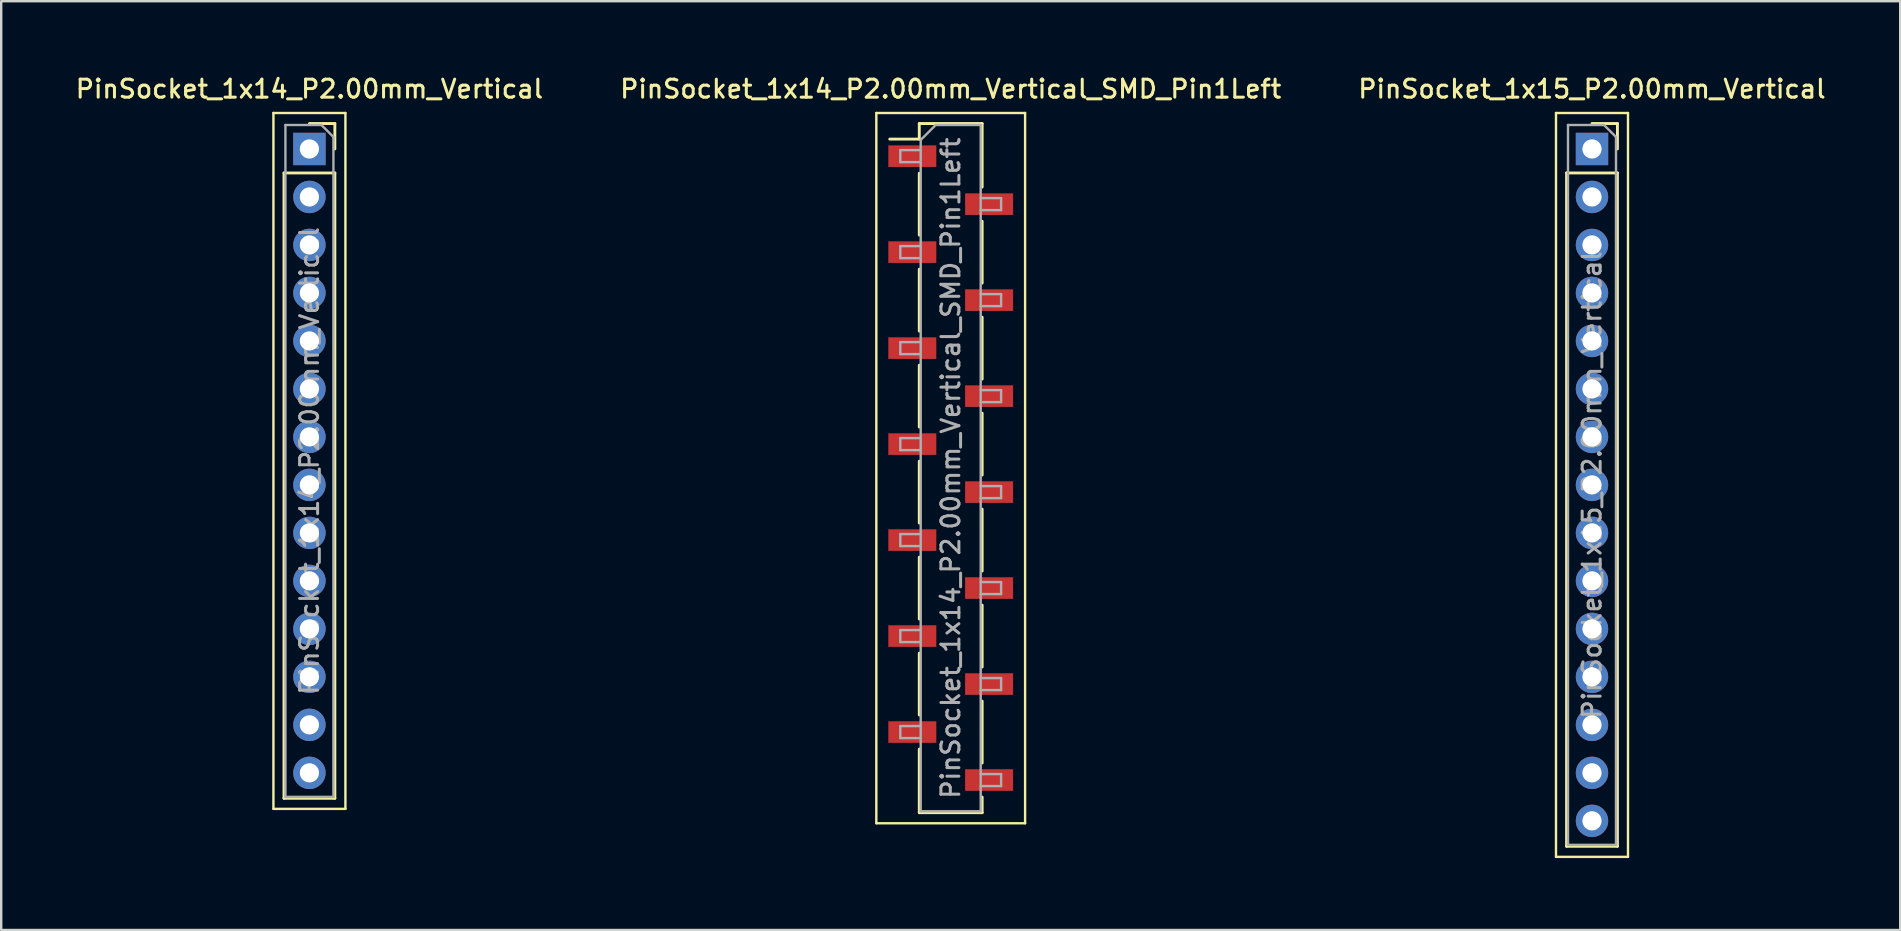
<source format=kicad_pcb>
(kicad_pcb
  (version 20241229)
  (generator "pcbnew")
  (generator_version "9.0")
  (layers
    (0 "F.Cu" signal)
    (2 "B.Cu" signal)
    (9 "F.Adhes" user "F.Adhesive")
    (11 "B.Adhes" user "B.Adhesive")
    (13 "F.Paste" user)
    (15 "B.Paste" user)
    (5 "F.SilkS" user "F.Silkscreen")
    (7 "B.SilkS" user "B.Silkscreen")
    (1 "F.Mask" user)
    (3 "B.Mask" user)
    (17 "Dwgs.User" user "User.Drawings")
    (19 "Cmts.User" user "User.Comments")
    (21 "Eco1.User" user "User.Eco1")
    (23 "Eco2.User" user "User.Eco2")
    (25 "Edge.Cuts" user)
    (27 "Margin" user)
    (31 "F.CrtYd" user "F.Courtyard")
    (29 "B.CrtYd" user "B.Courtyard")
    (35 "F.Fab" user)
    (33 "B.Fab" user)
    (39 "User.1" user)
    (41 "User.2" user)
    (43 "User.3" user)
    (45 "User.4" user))
  (footprint "PinSocket_1x14_P2.00mm_Vertical"
    (layer "F.Cu")
    (at 9.845 3.158)
    (property "Reference" "PinSocket_1x14_P2.00mm_Vertical" (at 0 -2.5 0) (layer "F.SilkS") (effects (font (size 0.75 0.75) (thickness 0.125))))
    (attr through_hole)
    (fp_line (start -1.5 -1.5) (end 1.5 -1.5) (stroke (width 0.1) (type solid)) (layer "F.SilkS"))
    (fp_line (start -1.5 27.5) (end -1.5 -1.5) (stroke (width 0.1) (type solid)) (layer "F.SilkS"))
    (fp_line (start -1.06 1) (end -1.06 27.06) (stroke (width 0.12) (type solid)) (layer "F.SilkS"))
    (fp_line (start -1.06 1) (end 1.06 1) (stroke (width 0.12) (type solid)) (layer "F.SilkS"))
    (fp_line (start -1.06 27.06) (end 1.06 27.06) (stroke (width 0.12) (type solid)) (layer "F.SilkS"))
    (fp_line (start 0 -1.06) (end 1.06 -1.06) (stroke (width 0.12) (type solid)) (layer "F.SilkS"))
    (fp_line (start 1.06 -1.06) (end 1.06 0) (stroke (width 0.12) (type solid)) (layer "F.SilkS"))
    (fp_line (start 1.06 1) (end 1.06 27.06) (stroke (width 0.12) (type solid)) (layer "F.SilkS"))
    (fp_line (start 1.5 -1.5) (end 1.5 27.5) (stroke (width 0.1) (type solid)) (layer "F.SilkS"))
    (fp_line (start 1.5 27.5) (end -1.5 27.5) (stroke (width 0.1) (type solid)) (layer "F.SilkS"))
    (fp_line (start -1 -1) (end 0.5 -1) (stroke (width 0.1) (type solid)) (layer "F.Fab"))
    (fp_line (start -1 27) (end -1 -1) (stroke (width 0.1) (type solid)) (layer "F.Fab"))
    (fp_line (start 0.5 -1) (end 1 -0.5) (stroke (width 0.1) (type solid)) (layer "F.Fab"))
    (fp_line (start 1 -0.5) (end 1 27) (stroke (width 0.1) (type solid)) (layer "F.Fab"))
    (fp_line (start 1 27) (end -1 27) (stroke (width 0.1) (type solid)) (layer "F.Fab"))
    (fp_text user "${REFERENCE}" (at 0 13 90) (layer "F.Fab") (effects (font (size 0.75 0.75) (thickness 0.125))))
    (pad "1" thru_hole rect (at 0 0) (size 1.35 1.35) (drill 0.8) (layers "*.Cu" "*.Mask"))
    (pad "2" thru_hole oval (at 0 2) (size 1.35 1.35) (drill 0.8) (layers "*.Cu" "*.Mask"))
    (pad "3" thru_hole oval (at 0 4) (size 1.35 1.35) (drill 0.8) (layers "*.Cu" "*.Mask"))
    (pad "4" thru_hole oval (at 0 6) (size 1.35 1.35) (drill 0.8) (layers "*.Cu" "*.Mask"))
    (pad "5" thru_hole oval (at 0 8) (size 1.35 1.35) (drill 0.8) (layers "*.Cu" "*.Mask"))
    (pad "6" thru_hole oval (at 0 10) (size 1.35 1.35) (drill 0.8) (layers "*.Cu" "*.Mask"))
    (pad "7" thru_hole oval (at 0 12) (size 1.35 1.35) (drill 0.8) (layers "*.Cu" "*.Mask"))
    (pad "8" thru_hole oval (at 0 14) (size 1.35 1.35) (drill 0.8) (layers "*.Cu" "*.Mask"))
    (pad "9" thru_hole oval (at 0 16) (size 1.35 1.35) (drill 0.8) (layers "*.Cu" "*.Mask"))
    (pad "10" thru_hole oval (at 0 18) (size 1.35 1.35) (drill 0.8) (layers "*.Cu" "*.Mask"))
    (pad "11" thru_hole oval (at 0 20) (size 1.35 1.35) (drill 0.8) (layers "*.Cu" "*.Mask"))
    (pad "12" thru_hole oval (at 0 22) (size 1.35 1.35) (drill 0.8) (layers "*.Cu" "*.Mask"))
    (pad "13" thru_hole oval (at 0 24) (size 1.35 1.35) (drill 0.8) (layers "*.Cu" "*.Mask"))
    (pad "14" thru_hole oval (at 0 26) (size 1.35 1.35) (drill 0.8) (layers "*.Cu" "*.Mask")))
  (footprint "PinSocket_1x15_P2.00mm_Vertical"
    (layer "F.Cu")
    (at 63.295 3.158)
    (property "Reference" "PinSocket_1x15_P2.00mm_Vertical" (at 0 -2.5 0) (layer "F.SilkS") (effects (font (size 0.75 0.75) (thickness 0.125))))
    (attr through_hole)
    (fp_line (start -1.5 -1.5) (end 1.5 -1.5) (stroke (width 0.1) (type solid)) (layer "F.SilkS"))
    (fp_line (start -1.5 29.5) (end -1.5 -1.5) (stroke (width 0.1) (type solid)) (layer "F.SilkS"))
    (fp_line (start -1.06 1) (end -1.06 29.06) (stroke (width 0.12) (type solid)) (layer "F.SilkS"))
    (fp_line (start -1.06 1) (end 1.06 1) (stroke (width 0.12) (type solid)) (layer "F.SilkS"))
    (fp_line (start -1.06 29.06) (end 1.06 29.06) (stroke (width 0.12) (type solid)) (layer "F.SilkS"))
    (fp_line (start 0 -1.06) (end 1.06 -1.06) (stroke (width 0.12) (type solid)) (layer "F.SilkS"))
    (fp_line (start 1.06 -1.06) (end 1.06 0) (stroke (width 0.12) (type solid)) (layer "F.SilkS"))
    (fp_line (start 1.06 1) (end 1.06 29.06) (stroke (width 0.12) (type solid)) (layer "F.SilkS"))
    (fp_line (start 1.5 -1.5) (end 1.5 29.5) (stroke (width 0.1) (type solid)) (layer "F.SilkS"))
    (fp_line (start 1.5 29.5) (end -1.5 29.5) (stroke (width 0.1) (type solid)) (layer "F.SilkS"))
    (fp_line (start -1 -1) (end 0.5 -1) (stroke (width 0.1) (type solid)) (layer "F.Fab"))
    (fp_line (start -1 29) (end -1 -1) (stroke (width 0.1) (type solid)) (layer "F.Fab"))
    (fp_line (start 0.5 -1) (end 1 -0.5) (stroke (width 0.1) (type solid)) (layer "F.Fab"))
    (fp_line (start 1 -0.5) (end 1 29) (stroke (width 0.1) (type solid)) (layer "F.Fab"))
    (fp_line (start 1 29) (end -1 29) (stroke (width 0.1) (type solid)) (layer "F.Fab"))
    (fp_text user "${REFERENCE}" (at 0 14 90) (layer "F.Fab") (effects (font (size 0.75 0.75) (thickness 0.125))))
    (pad "1" thru_hole rect (at 0 0) (size 1.35 1.35) (drill 0.8) (layers "*.Cu" "*.Mask"))
    (pad "2" thru_hole oval (at 0 2) (size 1.35 1.35) (drill 0.8) (layers "*.Cu" "*.Mask"))
    (pad "3" thru_hole oval (at 0 4) (size 1.35 1.35) (drill 0.8) (layers "*.Cu" "*.Mask"))
    (pad "4" thru_hole oval (at 0 6) (size 1.35 1.35) (drill 0.8) (layers "*.Cu" "*.Mask"))
    (pad "5" thru_hole oval (at 0 8) (size 1.35 1.35) (drill 0.8) (layers "*.Cu" "*.Mask"))
    (pad "6" thru_hole oval (at 0 10) (size 1.35 1.35) (drill 0.8) (layers "*.Cu" "*.Mask"))
    (pad "7" thru_hole oval (at 0 12) (size 1.35 1.35) (drill 0.8) (layers "*.Cu" "*.Mask"))
    (pad "8" thru_hole oval (at 0 14) (size 1.35 1.35) (drill 0.8) (layers "*.Cu" "*.Mask"))
    (pad "9" thru_hole oval (at 0 16) (size 1.35 1.35) (drill 0.8) (layers "*.Cu" "*.Mask"))
    (pad "10" thru_hole oval (at 0 18) (size 1.35 1.35) (drill 0.8) (layers "*.Cu" "*.Mask"))
    (pad "11" thru_hole oval (at 0 20) (size 1.35 1.35) (drill 0.8) (layers "*.Cu" "*.Mask"))
    (pad "12" thru_hole oval (at 0 22) (size 1.35 1.35) (drill 0.8) (layers "*.Cu" "*.Mask"))
    (pad "13" thru_hole oval (at 0 24) (size 1.35 1.35) (drill 0.8) (layers "*.Cu" "*.Mask"))
    (pad "14" thru_hole oval (at 0 26) (size 1.35 1.35) (drill 0.8) (layers "*.Cu" "*.Mask"))
    (pad "15" thru_hole oval (at 0 28) (size 1.35 1.35) (drill 0.8) (layers "*.Cu" "*.Mask")))
  (footprint "PinSocket_1x14_P2.00mm_Vertical_SMD_Pin1Left"
    (layer "F.Cu")
    (at 36.57 16.458)
    (property "Reference" "PinSocket_1x14_P2.00mm_Vertical_SMD_Pin1Left" (at 0 -15.8 0) (layer "F.SilkS") (effects (font (size 0.75 0.75) (thickness 0.125))))
    (attr smd)
    (fp_line (start -3.1 -14.8) (end 3.1 -14.8) (stroke (width 0.1) (type solid)) (layer "F.SilkS"))
    (fp_line (start -3.1 14.8) (end -3.1 -14.8) (stroke (width 0.1) (type solid)) (layer "F.SilkS"))
    (fp_line (start -2.54 -13.71) (end -1.31 -13.71) (stroke (width 0.12) (type solid)) (layer "F.SilkS"))
    (fp_line (start -1.31 -14.36) (end -1.31 -13.71) (stroke (width 0.12) (type solid)) (layer "F.SilkS"))
    (fp_line (start -1.31 -14.36) (end 1.31 -14.36) (stroke (width 0.12) (type solid)) (layer "F.SilkS"))
    (fp_line (start -1.31 -12.29) (end -1.31 -9.71) (stroke (width 0.12) (type solid)) (layer "F.SilkS"))
    (fp_line (start -1.31 -8.29) (end -1.31 -5.71) (stroke (width 0.12) (type solid)) (layer "F.SilkS"))
    (fp_line (start -1.31 -4.29) (end -1.31 -1.71) (stroke (width 0.12) (type solid)) (layer "F.SilkS"))
    (fp_line (start -1.31 -0.29) (end -1.31 2.29) (stroke (width 0.12) (type solid)) (layer "F.SilkS"))
    (fp_line (start -1.31 3.71) (end -1.31 6.29) (stroke (width 0.12) (type solid)) (layer "F.SilkS"))
    (fp_line (start -1.31 7.71) (end -1.31 10.29) (stroke (width 0.12) (type solid)) (layer "F.SilkS"))
    (fp_line (start -1.31 11.71) (end -1.31 14.36) (stroke (width 0.12) (type solid)) (layer "F.SilkS"))
    (fp_line (start -1.31 14.36) (end 1.31 14.36) (stroke (width 0.12) (type solid)) (layer "F.SilkS"))
    (fp_line (start 1.31 -14.36) (end 1.31 -11.71) (stroke (width 0.12) (type solid)) (layer "F.SilkS"))
    (fp_line (start 1.31 -10.29) (end 1.31 -7.71) (stroke (width 0.12) (type solid)) (layer "F.SilkS"))
    (fp_line (start 1.31 -6.29) (end 1.31 -3.71) (stroke (width 0.12) (type solid)) (layer "F.SilkS"))
    (fp_line (start 1.31 -2.29) (end 1.31 0.29) (stroke (width 0.12) (type solid)) (layer "F.SilkS"))
    (fp_line (start 1.31 1.71) (end 1.31 4.29) (stroke (width 0.12) (type solid)) (layer "F.SilkS"))
    (fp_line (start 1.31 5.71) (end 1.31 8.29) (stroke (width 0.12) (type solid)) (layer "F.SilkS"))
    (fp_line (start 1.31 9.71) (end 1.31 12.29) (stroke (width 0.12) (type solid)) (layer "F.SilkS"))
    (fp_line (start 1.31 13.71) (end 1.31 14.36) (stroke (width 0.12) (type solid)) (layer "F.SilkS"))
    (fp_line (start 3.1 -14.8) (end 3.1 14.8) (stroke (width 0.1) (type solid)) (layer "F.SilkS"))
    (fp_line (start 3.1 14.8) (end -3.1 14.8) (stroke (width 0.1) (type solid)) (layer "F.SilkS"))
    (fp_line (start -2.1 -13.25) (end -1.25 -13.25) (stroke (width 0.1) (type solid)) (layer "F.Fab"))
    (fp_line (start -2.1 -12.75) (end -2.1 -13.25) (stroke (width 0.1) (type solid)) (layer "F.Fab"))
    (fp_line (start -2.1 -9.25) (end -1.25 -9.25) (stroke (width 0.1) (type solid)) (layer "F.Fab"))
    (fp_line (start -2.1 -8.75) (end -2.1 -9.25) (stroke (width 0.1) (type solid)) (layer "F.Fab"))
    (fp_line (start -2.1 -5.25) (end -1.25 -5.25) (stroke (width 0.1) (type solid)) (layer "F.Fab"))
    (fp_line (start -2.1 -4.75) (end -2.1 -5.25) (stroke (width 0.1) (type solid)) (layer "F.Fab"))
    (fp_line (start -2.1 -1.25) (end -1.25 -1.25) (stroke (width 0.1) (type solid)) (layer "F.Fab"))
    (fp_line (start -2.1 -0.75) (end -2.1 -1.25) (stroke (width 0.1) (type solid)) (layer "F.Fab"))
    (fp_line (start -2.1 2.75) (end -1.25 2.75) (stroke (width 0.1) (type solid)) (layer "F.Fab"))
    (fp_line (start -2.1 3.25) (end -2.1 2.75) (stroke (width 0.1) (type solid)) (layer "F.Fab"))
    (fp_line (start -2.1 6.75) (end -1.25 6.75) (stroke (width 0.1) (type solid)) (layer "F.Fab"))
    (fp_line (start -2.1 7.25) (end -2.1 6.75) (stroke (width 0.1) (type solid)) (layer "F.Fab"))
    (fp_line (start -2.1 10.75) (end -1.25 10.75) (stroke (width 0.1) (type solid)) (layer "F.Fab"))
    (fp_line (start -2.1 11.25) (end -2.1 10.75) (stroke (width 0.1) (type solid)) (layer "F.Fab"))
    (fp_line (start -1.25 -13.675) (end -0.625 -14.3) (stroke (width 0.1) (type solid)) (layer "F.Fab"))
    (fp_line (start -1.25 -12.75) (end -2.1 -12.75) (stroke (width 0.1) (type solid)) (layer "F.Fab"))
    (fp_line (start -1.25 -8.75) (end -2.1 -8.75) (stroke (width 0.1) (type solid)) (layer "F.Fab"))
    (fp_line (start -1.25 -4.75) (end -2.1 -4.75) (stroke (width 0.1) (type solid)) (layer "F.Fab"))
    (fp_line (start -1.25 -0.75) (end -2.1 -0.75) (stroke (width 0.1) (type solid)) (layer "F.Fab"))
    (fp_line (start -1.25 3.25) (end -2.1 3.25) (stroke (width 0.1) (type solid)) (layer "F.Fab"))
    (fp_line (start -1.25 7.25) (end -2.1 7.25) (stroke (width 0.1) (type solid)) (layer "F.Fab"))
    (fp_line (start -1.25 11.25) (end -2.1 11.25) (stroke (width 0.1) (type solid)) (layer "F.Fab"))
    (fp_line (start -1.25 14.3) (end -1.25 -13.675) (stroke (width 0.1) (type solid)) (layer "F.Fab"))
    (fp_line (start -0.625 -14.3) (end 1.25 -14.3) (stroke (width 0.1) (type solid)) (layer "F.Fab"))
    (fp_line (start 1.25 -14.3) (end 1.25 14.3) (stroke (width 0.1) (type solid)) (layer "F.Fab"))
    (fp_line (start 1.25 -11.25) (end 2.1 -11.25) (stroke (width 0.1) (type solid)) (layer "F.Fab"))
    (fp_line (start 1.25 -7.25) (end 2.1 -7.25) (stroke (width 0.1) (type solid)) (layer "F.Fab"))
    (fp_line (start 1.25 -3.25) (end 2.1 -3.25) (stroke (width 0.1) (type solid)) (layer "F.Fab"))
    (fp_line (start 1.25 0.75) (end 2.1 0.75) (stroke (width 0.1) (type solid)) (layer "F.Fab"))
    (fp_line (start 1.25 4.75) (end 2.1 4.75) (stroke (width 0.1) (type solid)) (layer "F.Fab"))
    (fp_line (start 1.25 8.75) (end 2.1 8.75) (stroke (width 0.1) (type solid)) (layer "F.Fab"))
    (fp_line (start 1.25 12.75) (end 2.1 12.75) (stroke (width 0.1) (type solid)) (layer "F.Fab"))
    (fp_line (start 1.25 14.3) (end -1.25 14.3) (stroke (width 0.1) (type solid)) (layer "F.Fab"))
    (fp_line (start 2.1 -11.25) (end 2.1 -10.75) (stroke (width 0.1) (type solid)) (layer "F.Fab"))
    (fp_line (start 2.1 -10.75) (end 1.25 -10.75) (stroke (width 0.1) (type solid)) (layer "F.Fab"))
    (fp_line (start 2.1 -7.25) (end 2.1 -6.75) (stroke (width 0.1) (type solid)) (layer "F.Fab"))
    (fp_line (start 2.1 -6.75) (end 1.25 -6.75) (stroke (width 0.1) (type solid)) (layer "F.Fab"))
    (fp_line (start 2.1 -3.25) (end 2.1 -2.75) (stroke (width 0.1) (type solid)) (layer "F.Fab"))
    (fp_line (start 2.1 -2.75) (end 1.25 -2.75) (stroke (width 0.1) (type solid)) (layer "F.Fab"))
    (fp_line (start 2.1 0.75) (end 2.1 1.25) (stroke (width 0.1) (type solid)) (layer "F.Fab"))
    (fp_line (start 2.1 1.25) (end 1.25 1.25) (stroke (width 0.1) (type solid)) (layer "F.Fab"))
    (fp_line (start 2.1 4.75) (end 2.1 5.25) (stroke (width 0.1) (type solid)) (layer "F.Fab"))
    (fp_line (start 2.1 5.25) (end 1.25 5.25) (stroke (width 0.1) (type solid)) (layer "F.Fab"))
    (fp_line (start 2.1 8.75) (end 2.1 9.25) (stroke (width 0.1) (type solid)) (layer "F.Fab"))
    (fp_line (start 2.1 9.25) (end 1.25 9.25) (stroke (width 0.1) (type solid)) (layer "F.Fab"))
    (fp_line (start 2.1 12.75) (end 2.1 13.25) (stroke (width 0.1) (type solid)) (layer "F.Fab"))
    (fp_line (start 2.1 13.25) (end 1.25 13.25) (stroke (width 0.1) (type solid)) (layer "F.Fab"))
    (fp_text user "${REFERENCE}" (at 0 0 90) (layer "F.Fab") (effects (font (size 0.75 0.75) (thickness 0.125))))
    (pad "1" smd rect (at -1.6 -13) (size 2 0.9) (layers "F.Cu" "F.Mask" "F.Paste"))
    (pad "2" smd rect (at 1.6 -11) (size 2 0.9) (layers "F.Cu" "F.Mask" "F.Paste"))
    (pad "3" smd rect (at -1.6 -9) (size 2 0.9) (layers "F.Cu" "F.Mask" "F.Paste"))
    (pad "4" smd rect (at 1.6 -7) (size 2 0.9) (layers "F.Cu" "F.Mask" "F.Paste"))
    (pad "5" smd rect (at -1.6 -5) (size 2 0.9) (layers "F.Cu" "F.Mask" "F.Paste"))
    (pad "6" smd rect (at 1.6 -3) (size 2 0.9) (layers "F.Cu" "F.Mask" "F.Paste"))
    (pad "7" smd rect (at -1.6 -1) (size 2 0.9) (layers "F.Cu" "F.Mask" "F.Paste"))
    (pad "8" smd rect (at 1.6 1) (size 2 0.9) (layers "F.Cu" "F.Mask" "F.Paste"))
    (pad "9" smd rect (at -1.6 3) (size 2 0.9) (layers "F.Cu" "F.Mask" "F.Paste"))
    (pad "10" smd rect (at 1.6 5) (size 2 0.9) (layers "F.Cu" "F.Mask" "F.Paste"))
    (pad "11" smd rect (at -1.6 7) (size 2 0.9) (layers "F.Cu" "F.Mask" "F.Paste"))
    (pad "12" smd rect (at 1.6 9) (size 2 0.9) (layers "F.Cu" "F.Mask" "F.Paste"))
    (pad "13" smd rect (at -1.6 11) (size 2 0.9) (layers "F.Cu" "F.Mask" "F.Paste"))
    (pad "14" smd rect (at 1.6 13) (size 2 0.9) (layers "F.Cu" "F.Mask" "F.Paste")))
  (gr_rect
    (start -3 -3)
    (end 76.139 35.708)
    (stroke (width 0.1) (type default))
    (fill no)
    (layer "Edge.Cuts")))
</source>
